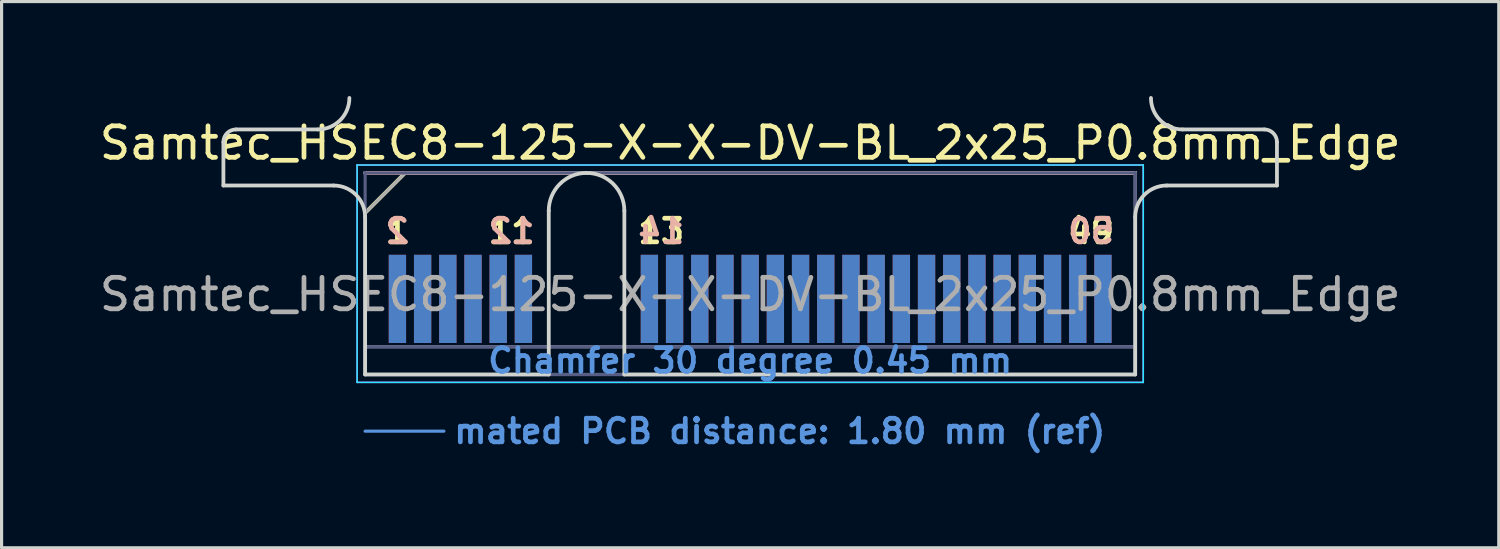
<source format=kicad_pcb>
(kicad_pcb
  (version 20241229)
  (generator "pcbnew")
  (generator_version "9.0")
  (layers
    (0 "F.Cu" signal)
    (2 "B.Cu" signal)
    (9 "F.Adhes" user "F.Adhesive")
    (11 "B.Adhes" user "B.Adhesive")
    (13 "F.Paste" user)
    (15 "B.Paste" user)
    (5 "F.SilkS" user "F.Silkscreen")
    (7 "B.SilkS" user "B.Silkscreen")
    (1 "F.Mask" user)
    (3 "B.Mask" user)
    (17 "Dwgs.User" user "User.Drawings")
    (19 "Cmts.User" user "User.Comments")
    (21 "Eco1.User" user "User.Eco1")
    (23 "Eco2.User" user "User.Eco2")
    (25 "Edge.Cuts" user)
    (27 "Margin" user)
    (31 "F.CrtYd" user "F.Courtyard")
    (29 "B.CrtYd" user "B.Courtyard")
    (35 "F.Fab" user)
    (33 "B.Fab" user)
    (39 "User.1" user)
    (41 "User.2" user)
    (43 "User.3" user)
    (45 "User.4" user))
  (footprint "Samtec_HSEC8-125-X-X-DV-BL_2x25_P0.8mm_Edge"
    (layer "F.Cu")
    (at 20.768 8.84)
    (property "Reference" "Samtec_HSEC8-125-X-X-DV-BL_2x25_P0.8mm_Edge" (at 0 -7.35 0) (layer "F.SilkS") (effects (font (size 1 1) (thickness 0.15))))
    (attr exclude_from_pos_files exclude_from_bom)
    (fp_line (start -12.225 -5.13) (end -10.955 -6.4) (stroke (width 0.12) (type solid)) (layer "F.SilkS"))
    (fp_line (start -10.955 -6.4) (end 12.225 -6.4) (stroke (width 0.12) (type solid)) (layer "F.SilkS"))
    (fp_line (start -12.225 -6.4) (end -12.225 -6.4) (stroke (width 0.12) (type solid)) (layer "B.SilkS"))
    (fp_line (start -12.225 -6.4) (end 12.225 -6.4) (stroke (width 0.12) (type solid)) (layer "B.SilkS"))
    (fp_line (start -12.225 1.8) (end -9.725 1.8) (stroke (width 0.1) (type solid)) (layer "Cmts.User"))
    (fp_line (start -16.725 -6) (end -16.725 -7.38) (stroke (width 0.12) (type solid)) (layer "Edge.Cuts"))
    (fp_line (start -16.325 -7.78) (end -13.725 -7.78) (stroke (width 0.12) (type solid)) (layer "Edge.Cuts"))
    (fp_line (start -13.225 -6) (end -16.725 -6) (stroke (width 0.12) (type solid)) (layer "Edge.Cuts"))
    (fp_line (start -12.225 -5) (end -12.225 0) (stroke (width 0.12) (type solid)) (layer "Edge.Cuts"))
    (fp_line (start -12.225 0) (end -6.395 0) (stroke (width 0.12) (type solid)) (layer "Edge.Cuts"))
    (fp_line (start -6.395 0) (end -6.395 -5.2) (stroke (width 0.12) (type solid)) (layer "Edge.Cuts"))
    (fp_line (start -3.995 -5.2) (end -3.995 0) (stroke (width 0.12) (type solid)) (layer "Edge.Cuts"))
    (fp_line (start -3.995 0) (end 12.225 0) (stroke (width 0.12) (type solid)) (layer "Edge.Cuts"))
    (fp_line (start 12.225 0) (end 12.225 -5) (stroke (width 0.12) (type solid)) (layer "Edge.Cuts"))
    (fp_line (start 13.225 -6) (end 16.725 -6) (stroke (width 0.12) (type solid)) (layer "Edge.Cuts"))
    (fp_line (start 16.325 -7.78) (end 13.725 -7.78) (stroke (width 0.12) (type solid)) (layer "Edge.Cuts"))
    (fp_line (start 16.725 -6) (end 16.725 -7.38) (stroke (width 0.12) (type solid)) (layer "Edge.Cuts"))
    (fp_arc (start -16.725 -7.38) (mid -16.607843 -7.662843) (end -16.325 -7.78) (stroke (width 0.12) (type solid)) (layer "Edge.Cuts"))
    (fp_arc (start -13.225 -6) (mid -12.517893 -5.707107) (end -12.225 -5) (stroke (width 0.12) (type solid)) (layer "Edge.Cuts"))
    (fp_arc (start -12.725 -8.78) (mid -13.017893 -8.072893) (end -13.725 -7.78) (stroke (width 0.12) (type solid)) (layer "Edge.Cuts"))
    (fp_arc (start -6.395 -5.2) (mid -5.195 -6.4) (end -3.995 -5.2) (stroke (width 0.12) (type solid)) (layer "Edge.Cuts"))
    (fp_arc (start 12.225 -5) (mid 12.517893 -5.707107) (end 13.225 -6) (stroke (width 0.12) (type solid)) (layer "Edge.Cuts"))
    (fp_arc (start 13.725 -7.78) (mid 13.017893 -8.072893) (end 12.725 -8.78) (stroke (width 0.12) (type solid)) (layer "Edge.Cuts"))
    (fp_arc (start 16.325 -7.78) (mid 16.607843 -7.662843) (end 16.725 -7.38) (stroke (width 0.12) (type solid)) (layer "Edge.Cuts"))
    (fp_line (start -12.48 -6.65) (end -12.48 0.25) (stroke (width 0.05) (type solid)) (layer "B.CrtYd"))
    (fp_line (start -12.48 0.25) (end 12.48 0.25) (stroke (width 0.05) (type solid)) (layer "B.CrtYd"))
    (fp_line (start 12.48 -6.65) (end -12.48 -6.65) (stroke (width 0.05) (type solid)) (layer "B.CrtYd"))
    (fp_line (start 12.48 0.25) (end 12.48 -6.65) (stroke (width 0.05) (type solid)) (layer "B.CrtYd"))
    (fp_line (start -12.48 -6.65) (end -12.48 0.25) (stroke (width 0.05) (type solid)) (layer "F.CrtYd"))
    (fp_line (start -12.48 0.25) (end 12.48 0.25) (stroke (width 0.05) (type solid)) (layer "F.CrtYd"))
    (fp_line (start 12.48 -6.65) (end -12.48 -6.65) (stroke (width 0.05) (type solid)) (layer "F.CrtYd"))
    (fp_line (start 12.48 0.25) (end 12.48 -6.65) (stroke (width 0.05) (type solid)) (layer "F.CrtYd"))
    (fp_line (start -12.225 -6.4) (end -12.225 -6.4) (stroke (width 0.1) (type solid)) (layer "B.Fab"))
    (fp_line (start -12.225 -6.4) (end -12.225 0) (stroke (width 0.1) (type solid)) (layer "B.Fab"))
    (fp_line (start -12.225 -6.4) (end 12.225 -6.4) (stroke (width 0.1) (type solid)) (layer "B.Fab"))
    (fp_line (start -12.225 -0.88) (end 12.225 -0.88) (stroke (width 0.1) (type solid)) (layer "B.Fab"))
    (fp_line (start -12.225 0) (end 12.225 0) (stroke (width 0.1) (type solid)) (layer "B.Fab"))
    (fp_line (start 12.225 -6.4) (end 12.225 0) (stroke (width 0.1) (type solid)) (layer "B.Fab"))
    (fp_line (start -12.225 -5.13) (end -12.225 0) (stroke (width 0.1) (type solid)) (layer "F.Fab"))
    (fp_line (start -12.225 -5.13) (end -10.955 -6.4) (stroke (width 0.1) (type solid)) (layer "F.Fab"))
    (fp_line (start -12.225 -0.88) (end 12.225 -0.88) (stroke (width 0.1) (type solid)) (layer "F.Fab"))
    (fp_line (start -12.225 0) (end 12.225 0) (stroke (width 0.1) (type solid)) (layer "F.Fab"))
    (fp_line (start -10.955 -6.4) (end 12.225 -6.4) (stroke (width 0.1) (type solid)) (layer "F.Fab"))
    (fp_line (start 12.225 -6.4) (end 12.225 0) (stroke (width 0.1) (type solid)) (layer "F.Fab"))
    (fp_text user "49" (at 10.825 -4.55 0) (layer "F.SilkS") (effects (font (size 0.75 0.75) (thickness 0.15))))
    (fp_text user "13" (at -2.825 -4.55 0) (layer "F.SilkS") (effects (font (size 0.75 0.75) (thickness 0.15))))
    (fp_text user "11" (at -7.575 -4.55 0) (layer "F.SilkS") (effects (font (size 0.75 0.75) (thickness 0.15))))
    (fp_text user "1" (at -11.2 -4.55 0) (layer "F.SilkS") (effects (font (size 0.75 0.75) (thickness 0.15))))
    (fp_text user "50" (at 10.825 -4.55 0) (layer "B.SilkS") (effects (font (size 0.75 0.75) (thickness 0.15)) (justify mirror)))
    (fp_text user "2" (at -11.2 -4.55 0) (layer "B.SilkS") (effects (font (size 0.75 0.75) (thickness 0.15)) (justify mirror)))
    (fp_text user "12" (at -7.575 -4.55 0) (layer "B.SilkS") (effects (font (size 0.75 0.75) (thickness 0.15)) (justify mirror)))
    (fp_text user "14" (at -2.825 -4.55 0) (layer "B.SilkS") (effects (font (size 0.75 0.75) (thickness 0.15)) (justify mirror)))
    (fp_text user "Chamfer 30 degree 0.45 mm" (at 0 -0.44 0) (layer "Cmts.User") (effects (font (size 0.75 0.75) (thickness 0.15))))
    (fp_text user "mated PCB distance: 1.80 mm (ref)" (at -9.48 1.8 0) (layer "Cmts.User") (effects (font (size 0.75 0.75) (thickness 0.15)) (justify left)))
    (fp_text user "${REFERENCE}" (at 0 -2.54 0) (layer "F.Fab") (effects (font (size 1 1) (thickness 0.15))))
    (pad "1" connect rect (at -11.2 -2.4) (size 0.55 2.8) (layers "F.Cu" "F.Mask"))
    (pad "2" connect rect (at -11.2 -2.4) (size 0.55 2.8) (layers "B.Cu" "B.Mask"))
    (pad "3" connect rect (at -10.4 -2.4) (size 0.55 2.8) (layers "F.Cu" "F.Mask"))
    (pad "4" connect rect (at -10.4 -2.4) (size 0.55 2.8) (layers "B.Cu" "B.Mask"))
    (pad "5" connect rect (at -9.6 -2.4) (size 0.55 2.8) (layers "F.Cu" "F.Mask"))
    (pad "6" connect rect (at -9.6 -2.4) (size 0.55 2.8) (layers "B.Cu" "B.Mask"))
    (pad "7" connect rect (at -8.8 -2.4) (size 0.55 2.8) (layers "F.Cu" "F.Mask"))
    (pad "8" connect rect (at -8.8 -2.4) (size 0.55 2.8) (layers "B.Cu" "B.Mask"))
    (pad "9" connect rect (at -8 -2.4) (size 0.55 2.8) (layers "F.Cu" "F.Mask"))
    (pad "10" connect rect (at -8 -2.4) (size 0.55 2.8) (layers "B.Cu" "B.Mask"))
    (pad "11" connect rect (at -7.2 -2.4) (size 0.55 2.8) (layers "F.Cu" "F.Mask"))
    (pad "12" connect rect (at -7.2 -2.4) (size 0.55 2.8) (layers "B.Cu" "B.Mask"))
    (pad "13" connect rect (at -3.2 -2.4) (size 0.55 2.8) (layers "F.Cu" "F.Mask"))
    (pad "14" connect rect (at -3.2 -2.4) (size 0.55 2.8) (layers "B.Cu" "B.Mask"))
    (pad "15" connect rect (at -2.4 -2.4) (size 0.55 2.8) (layers "F.Cu" "F.Mask"))
    (pad "16" connect rect (at -2.4 -2.4) (size 0.55 2.8) (layers "B.Cu" "B.Mask"))
    (pad "17" connect rect (at -1.6 -2.4) (size 0.55 2.8) (layers "F.Cu" "F.Mask"))
    (pad "18" connect rect (at -1.6 -2.4) (size 0.55 2.8) (layers "B.Cu" "B.Mask"))
    (pad "19" connect rect (at -0.8 -2.4) (size 0.55 2.8) (layers "F.Cu" "F.Mask"))
    (pad "20" connect rect (at -0.8 -2.4) (size 0.55 2.8) (layers "B.Cu" "B.Mask"))
    (pad "21" connect rect (at 0 -2.4) (size 0.55 2.8) (layers "F.Cu" "F.Mask"))
    (pad "22" connect rect (at 0 -2.4) (size 0.55 2.8) (layers "B.Cu" "B.Mask"))
    (pad "23" connect rect (at 0.8 -2.4) (size 0.55 2.8) (layers "F.Cu" "F.Mask"))
    (pad "24" connect rect (at 0.8 -2.4) (size 0.55 2.8) (layers "B.Cu" "B.Mask"))
    (pad "25" connect rect (at 1.6 -2.4) (size 0.55 2.8) (layers "F.Cu" "F.Mask"))
    (pad "26" connect rect (at 1.6 -2.4) (size 0.55 2.8) (layers "B.Cu" "B.Mask"))
    (pad "27" connect rect (at 2.4 -2.4) (size 0.55 2.8) (layers "F.Cu" "F.Mask"))
    (pad "28" connect rect (at 2.4 -2.4) (size 0.55 2.8) (layers "B.Cu" "B.Mask"))
    (pad "29" connect rect (at 3.2 -2.4) (size 0.55 2.8) (layers "F.Cu" "F.Mask"))
    (pad "30" connect rect (at 3.2 -2.4) (size 0.55 2.8) (layers "B.Cu" "B.Mask"))
    (pad "31" connect rect (at 4 -2.4) (size 0.55 2.8) (layers "F.Cu" "F.Mask"))
    (pad "32" connect rect (at 4 -2.4) (size 0.55 2.8) (layers "B.Cu" "B.Mask"))
    (pad "33" connect rect (at 4.8 -2.4) (size 0.55 2.8) (layers "F.Cu" "F.Mask"))
    (pad "34" connect rect (at 4.8 -2.4) (size 0.55 2.8) (layers "B.Cu" "B.Mask"))
    (pad "35" connect rect (at 5.6 -2.4) (size 0.55 2.8) (layers "F.Cu" "F.Mask"))
    (pad "36" connect rect (at 5.6 -2.4) (size 0.55 2.8) (layers "B.Cu" "B.Mask"))
    (pad "37" connect rect (at 6.4 -2.4) (size 0.55 2.8) (layers "F.Cu" "F.Mask"))
    (pad "38" connect rect (at 6.4 -2.4) (size 0.55 2.8) (layers "B.Cu" "B.Mask"))
    (pad "39" connect rect (at 7.2 -2.4) (size 0.55 2.8) (layers "F.Cu" "F.Mask"))
    (pad "40" connect rect (at 7.2 -2.4) (size 0.55 2.8) (layers "B.Cu" "B.Mask"))
    (pad "41" connect rect (at 8 -2.4) (size 0.55 2.8) (layers "F.Cu" "F.Mask"))
    (pad "42" connect rect (at 8 -2.4) (size 0.55 2.8) (layers "B.Cu" "B.Mask"))
    (pad "43" connect rect (at 8.8 -2.4) (size 0.55 2.8) (layers "F.Cu" "F.Mask"))
    (pad "44" connect rect (at 8.8 -2.4) (size 0.55 2.8) (layers "B.Cu" "B.Mask"))
    (pad "45" connect rect (at 9.6 -2.4) (size 0.55 2.8) (layers "F.Cu" "F.Mask"))
    (pad "46" connect rect (at 9.6 -2.4) (size 0.55 2.8) (layers "B.Cu" "B.Mask"))
    (pad "47" connect rect (at 10.4 -2.4) (size 0.55 2.8) (layers "F.Cu" "F.Mask"))
    (pad "48" connect rect (at 10.4 -2.4) (size 0.55 2.8) (layers "B.Cu" "B.Mask"))
    (pad "49" connect rect (at 11.2 -2.4) (size 0.55 2.8) (layers "F.Cu" "F.Mask"))
    (pad "50" connect rect (at 11.2 -2.4) (size 0.55 2.8) (layers "B.Cu" "B.Mask")))
  (gr_rect
    (start -3 -3)
    (end 44.536 14.342)
    (stroke (width 0.1) (type default))
    (fill no)
    (layer "Edge.Cuts")))
</source>
